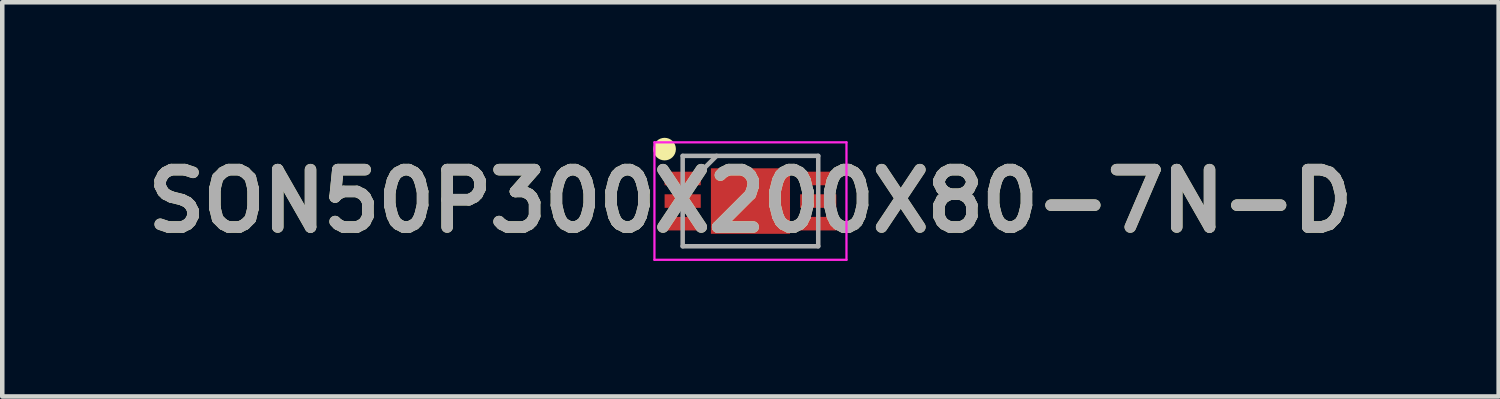
<source format=kicad_pcb>
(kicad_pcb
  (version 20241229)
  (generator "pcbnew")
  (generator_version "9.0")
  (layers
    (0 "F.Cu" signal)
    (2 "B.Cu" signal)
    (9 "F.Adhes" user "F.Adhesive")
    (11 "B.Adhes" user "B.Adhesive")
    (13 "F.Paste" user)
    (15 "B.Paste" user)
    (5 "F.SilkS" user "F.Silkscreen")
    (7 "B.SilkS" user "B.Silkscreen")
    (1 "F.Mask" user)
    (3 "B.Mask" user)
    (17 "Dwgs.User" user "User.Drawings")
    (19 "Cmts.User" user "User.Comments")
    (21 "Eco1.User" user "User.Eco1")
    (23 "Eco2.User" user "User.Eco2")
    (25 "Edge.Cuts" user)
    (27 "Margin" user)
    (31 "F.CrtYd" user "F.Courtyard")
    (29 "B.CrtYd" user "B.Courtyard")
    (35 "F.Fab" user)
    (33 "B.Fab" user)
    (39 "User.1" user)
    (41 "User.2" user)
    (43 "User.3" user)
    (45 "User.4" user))
  (footprint "SON50P300X200X80-7N-D"
    (layer "F.Cu")
    (at 13.559 1.4)
    (property "Reference" "SON50P300X200X80-7N-D" (at 0 0 0) (layer "F.SilkS") (effects (font (size 1.27 1.27) (thickness 0.254))))
    (attr smd)
    (fp_circle (center -1.9 -1.15) (end -1.9 -1.025) (stroke (width 0.25) (type solid)) (fill no) (layer "F.SilkS"))
    (fp_line (start -2.125 -1.3) (end 2.125 -1.3) (stroke (width 0.05) (type solid)) (layer "F.CrtYd"))
    (fp_line (start -2.125 1.3) (end -2.125 -1.3) (stroke (width 0.05) (type solid)) (layer "F.CrtYd"))
    (fp_line (start 2.125 -1.3) (end 2.125 1.3) (stroke (width 0.05) (type solid)) (layer "F.CrtYd"))
    (fp_line (start 2.125 1.3) (end -2.125 1.3) (stroke (width 0.05) (type solid)) (layer "F.CrtYd"))
    (fp_line (start -1.5 -1) (end 1.5 -1) (stroke (width 0.1) (type solid)) (layer "F.Fab"))
    (fp_line (start -1.5 -0.25) (end -0.75 -1) (stroke (width 0.1) (type solid)) (layer "F.Fab"))
    (fp_line (start -1.5 1) (end -1.5 -1) (stroke (width 0.1) (type solid)) (layer "F.Fab"))
    (fp_line (start 1.5 -1) (end 1.5 1) (stroke (width 0.1) (type solid)) (layer "F.Fab"))
    (fp_line (start 1.5 1) (end -1.5 1) (stroke (width 0.1) (type solid)) (layer "F.Fab"))
    (fp_text user "${REFERENCE}" (at 0 0 0) (layer "F.Fab") (effects (font (size 1.27 1.27) (thickness 0.254))))
    (pad "1" smd rect (at -1.5 -0.5 90) (size 0.3 0.8) (layers "F.Cu" "F.Mask" "F.Paste"))
    (pad "2" smd rect (at -1.5 0 90) (size 0.3 0.8) (layers "F.Cu" "F.Mask" "F.Paste"))
    (pad "3" smd rect (at -1.5 0.5 90) (size 0.3 0.8) (layers "F.Cu" "F.Mask" "F.Paste"))
    (pad "4" smd rect (at 1.5 0.5 90) (size 0.3 0.8) (layers "F.Cu" "F.Mask" "F.Paste"))
    (pad "5" smd rect (at 1.5 0 90) (size 0.3 0.8) (layers "F.Cu" "F.Mask" "F.Paste"))
    (pad "6" smd rect (at 1.5 -0.5 90) (size 0.3 0.8) (layers "F.Cu" "F.Mask" "F.Paste"))
    (pad "7" smd rect (at 0 0 90) (size 1.45 1.75) (layers "F.Cu" "F.Mask" "F.Paste")))
  (gr_rect
    (start -3 -3)
    (end 30.118 5.725)
    (stroke (width 0.1) (type default))
    (fill no)
    (layer "Edge.Cuts")))
</source>
